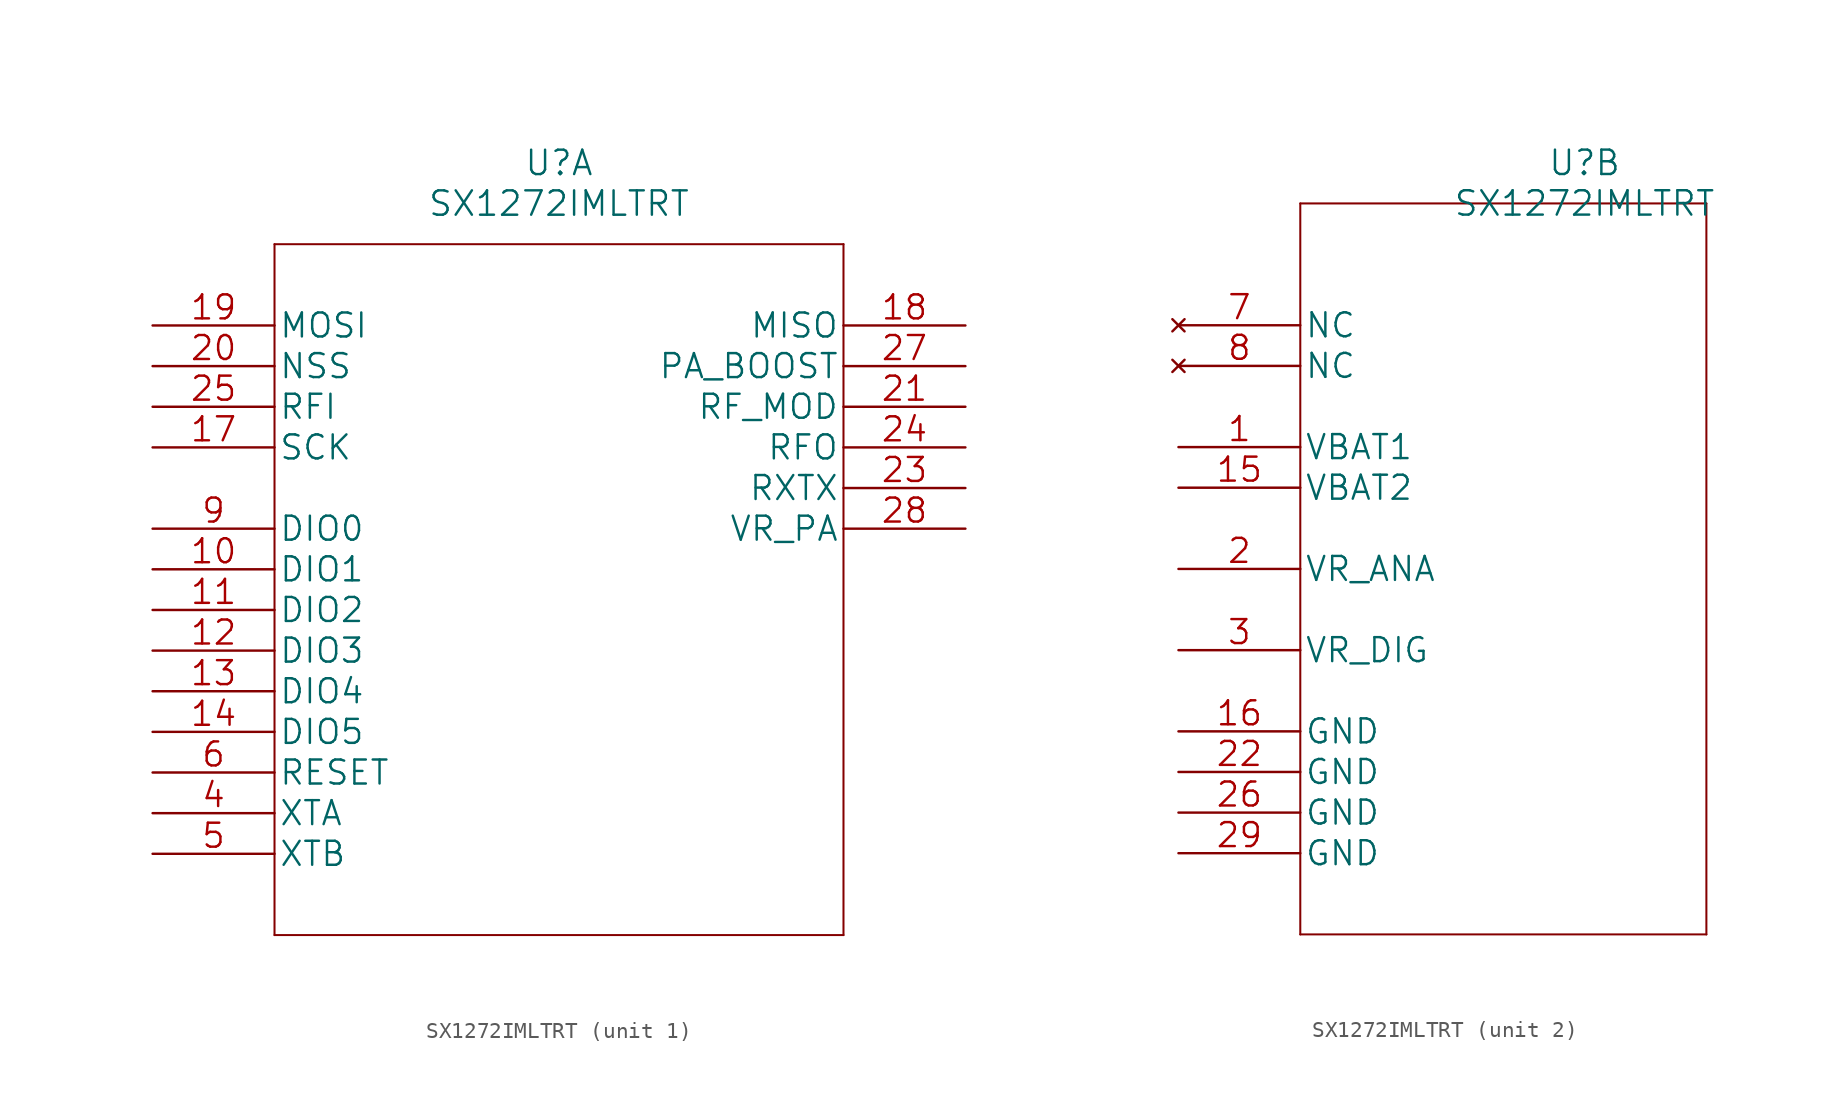
<source format=kicad_sym>
(kicad_symbol_lib
  (version 20211014)
  (generator kicad_symbol_editor)
  (symbol "SX1272IMLTRT"
    (pin_names
      (offset 0.254))
    (property "Reference" "U"
      (at 25.4 10.16 0)
      (effects (font (size 1.524 1.524))))
    (property "Value" "SX1272IMLTRT"
      (at 25.4 7.62 0)
      (effects (font (size 1.524 1.524))))
    (property "Datasheet" ""
      (at 0 0 0)
      (effects (font (size 1.524 1.524))))
    (property "ki_locked" ""
      (at 0 0 0)
      (effects (font (size 1.27 1.27))))
    (symbol "SX1272IMLTRT_1_1"
      (polyline (pts (xy 7.62 -38.1) (xy 43.18 -38.1)) (stroke (width 0.127) (type default) (color 0 0 0 0)) (fill (type none)))
      (polyline (pts (xy 7.62 5.08) (xy 7.62 -38.1)) (stroke (width 0.127) (type default) (color 0 0 0 0)) (fill (type none)))
      (polyline (pts (xy 43.18 -38.1) (xy 43.18 5.08)) (stroke (width 0.127) (type default) (color 0 0 0 0)) (fill (type none)))
      (polyline (pts (xy 43.18 5.08) (xy 7.62 5.08)) (stroke (width 0.127) (type default) (color 0 0 0 0)) (fill (type none)))
      (pin bidirectional line (at 0 -15.24 0) (length 7.62) (name "DIO1" (effects (font (size 1.499 1.499)))) (number "10" (effects (font (size 1.499 1.499)))))
      (pin bidirectional line (at 0 -17.78 0) (length 7.62) (name "DIO2" (effects (font (size 1.499 1.499)))) (number "11" (effects (font (size 1.499 1.499)))))
      (pin bidirectional line (at 0 -20.32 0) (length 7.62) (name "DIO3" (effects (font (size 1.499 1.499)))) (number "12" (effects (font (size 1.499 1.499)))))
      (pin bidirectional line (at 0 -22.86 0) (length 7.62) (name "DIO4" (effects (font (size 1.499 1.499)))) (number "13" (effects (font (size 1.499 1.499)))))
      (pin bidirectional line (at 0 -25.4 0) (length 7.62) (name "DIO5" (effects (font (size 1.499 1.499)))) (number "14" (effects (font (size 1.499 1.499)))))
      (pin input line (at 0 -7.62 0) (length 7.62) (name "SCK" (effects (font (size 1.499 1.499)))) (number "17" (effects (font (size 1.499 1.499)))))
      (pin output line (at 50.8 0 180) (length 7.62) (name "MISO" (effects (font (size 1.499 1.499)))) (number "18" (effects (font (size 1.499 1.499)))))
      (pin input line (at 0 0 0) (length 7.62) (name "MOSI" (effects (font (size 1.499 1.499)))) (number "19" (effects (font (size 1.499 1.499)))))
      (pin input line (at 0 -2.54 0) (length 7.62) (name "NSS" (effects (font (size 1.499 1.499)))) (number "20" (effects (font (size 1.499 1.499)))))
      (pin output line (at 50.8 -5.08 180) (length 7.62) (name "RF_MOD" (effects (font (size 1.499 1.499)))) (number "21" (effects (font (size 1.499 1.499)))))
      (pin output line (at 50.8 -10.16 180) (length 7.62) (name "RXTX" (effects (font (size 1.499 1.499)))) (number "23" (effects (font (size 1.499 1.499)))))
      (pin output line (at 50.8 -7.62 180) (length 7.62) (name "RFO" (effects (font (size 1.499 1.499)))) (number "24" (effects (font (size 1.499 1.499)))))
      (pin input line (at 0 -5.08 0) (length 7.62) (name "RFI" (effects (font (size 1.499 1.499)))) (number "25" (effects (font (size 1.499 1.499)))))
      (pin output line (at 50.8 -2.54 180) (length 7.62) (name "PA_BOOST" (effects (font (size 1.499 1.499)))) (number "27" (effects (font (size 1.499 1.499)))))
      (pin output line (at 50.8 -12.7 180) (length 7.62) (name "VR_PA" (effects (font (size 1.499 1.499)))) (number "28" (effects (font (size 1.499 1.499)))))
      (pin bidirectional line (at 0 -30.48 0) (length 7.62) (name "XTA" (effects (font (size 1.499 1.499)))) (number "4" (effects (font (size 1.499 1.499)))))
      (pin bidirectional line (at 0 -33.02 0) (length 7.62) (name "XTB" (effects (font (size 1.499 1.499)))) (number "5" (effects (font (size 1.499 1.499)))))
      (pin bidirectional line (at 0 -27.94 0) (length 7.62) (name "RESET" (effects (font (size 1.499 1.499)))) (number "6" (effects (font (size 1.499 1.499)))))
      (pin bidirectional line (at 0 -12.7 0) (length 7.62) (name "DIO0" (effects (font (size 1.499 1.499)))) (number "9" (effects (font (size 1.499 1.499))))))
    (symbol "SX1272IMLTRT_2_1"
      (polyline (pts (xy 7.62 -38.1) (xy 33.02 -38.1)) (stroke (width 0.127) (type default) (color 0 0 0 0)) (fill (type none)))
      (polyline (pts (xy 7.62 7.62) (xy 7.62 -38.1)) (stroke (width 0.127) (type default) (color 0 0 0 0)) (fill (type none)))
      (polyline (pts (xy 33.02 -38.1) (xy 33.02 7.62)) (stroke (width 0.127) (type default) (color 0 0 0 0)) (fill (type none)))
      (polyline (pts (xy 33.02 7.62) (xy 7.62 7.62)) (stroke (width 0.127) (type default) (color 0 0 0 0)) (fill (type none)))
      (pin power_in line (at 0 -7.62 0) (length 7.62) (name "VBAT1" (effects (font (size 1.499 1.499)))) (number "1" (effects (font (size 1.499 1.499)))))
      (pin power_in line (at 0 -10.16 0) (length 7.62) (name "VBAT2" (effects (font (size 1.499 1.499)))) (number "15" (effects (font (size 1.499 1.499)))))
      (pin power_in line (at 0 -25.4 0) (length 7.62) (name "GND" (effects (font (size 1.499 1.499)))) (number "16" (effects (font (size 1.499 1.499)))))
      (pin power_in line (at 0 -15.24 0) (length 7.62) (name "VR_ANA" (effects (font (size 1.499 1.499)))) (number "2" (effects (font (size 1.499 1.499)))))
      (pin power_in line (at 0 -27.94 0) (length 7.62) (name "GND" (effects (font (size 1.499 1.499)))) (number "22" (effects (font (size 1.499 1.499)))))
      (pin power_in line (at 0 -30.48 0) (length 7.62) (name "GND" (effects (font (size 1.499 1.499)))) (number "26" (effects (font (size 1.499 1.499)))))
      (pin power_in line (at 0 -33.02 0) (length 7.62) (name "GND" (effects (font (size 1.499 1.499)))) (number "29" (effects (font (size 1.499 1.499)))))
      (pin power_in line (at 0 -20.32 0) (length 7.62) (name "VR_DIG" (effects (font (size 1.499 1.499)))) (number "3" (effects (font (size 1.499 1.499)))))
      (pin no_connect line (at 0 0 0) (length 7.62) (name "NC" (effects (font (size 1.499 1.499)))) (number "7" (effects (font (size 1.499 1.499)))))
      (pin no_connect line (at 0 -2.54 0) (length 7.62) (name "NC" (effects (font (size 1.499 1.499)))) (number "8" (effects (font (size 1.499 1.499))))))))
</source>
